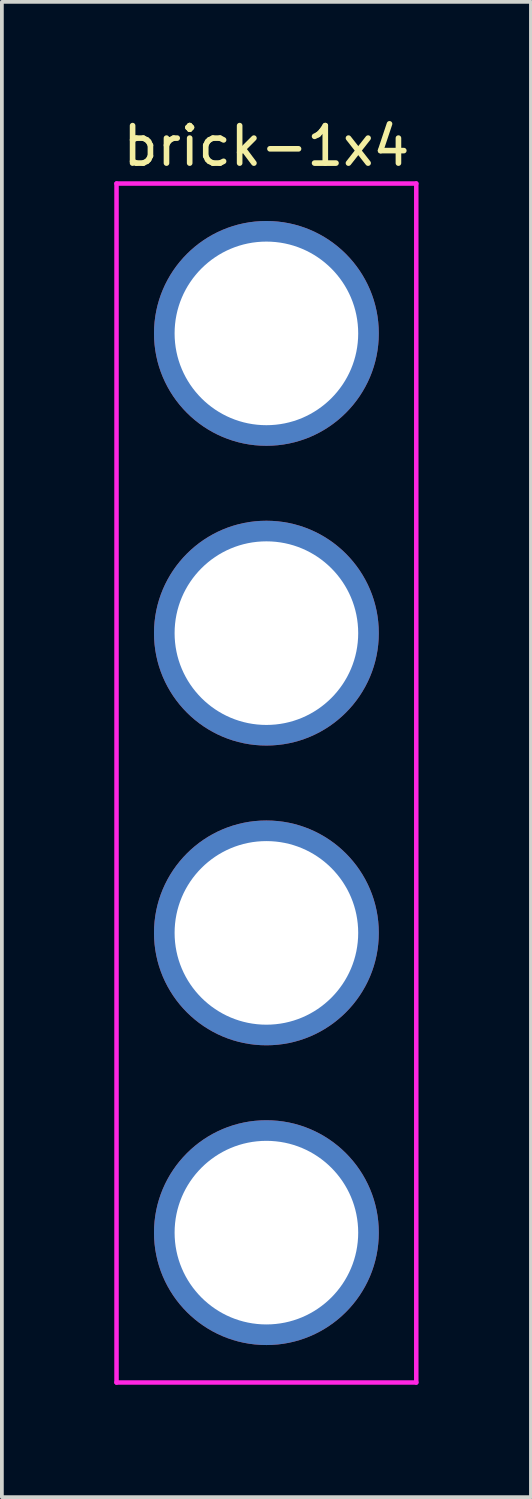
<source format=kicad_pcb>
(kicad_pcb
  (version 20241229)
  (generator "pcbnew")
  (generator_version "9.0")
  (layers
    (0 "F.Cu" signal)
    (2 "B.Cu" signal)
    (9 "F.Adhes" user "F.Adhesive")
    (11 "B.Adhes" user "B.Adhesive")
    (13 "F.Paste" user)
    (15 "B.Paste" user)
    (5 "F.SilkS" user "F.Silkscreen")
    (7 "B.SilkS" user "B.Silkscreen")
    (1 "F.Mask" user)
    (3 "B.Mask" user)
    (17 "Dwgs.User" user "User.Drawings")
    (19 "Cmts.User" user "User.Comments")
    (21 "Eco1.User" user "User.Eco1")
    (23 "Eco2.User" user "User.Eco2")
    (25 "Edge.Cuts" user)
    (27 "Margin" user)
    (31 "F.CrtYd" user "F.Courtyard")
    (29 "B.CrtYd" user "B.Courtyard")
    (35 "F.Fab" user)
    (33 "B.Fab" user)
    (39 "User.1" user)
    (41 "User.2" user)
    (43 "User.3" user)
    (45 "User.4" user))
  (footprint "brick-1x4"
    (layer "F.Cu")
    (at 4.06 5.848)
    (property "Reference" "brick-1x4" (at 0 -5 0) (layer "F.SilkS") (effects (font (size 1 1) (thickness 0.15))))
    (attr through_hole)
    (fp_line (start -4 -4) (end 4 -4) (stroke (width 0.12) (type solid)) (layer "F.CrtYd"))
    (fp_line (start -4 28) (end -4 -4) (stroke (width 0.12) (type solid)) (layer "F.CrtYd"))
    (fp_line (start 4 -4) (end 4 28) (stroke (width 0.12) (type solid)) (layer "F.CrtYd"))
    (fp_line (start 4 28) (end -4 28) (stroke (width 0.12) (type solid)) (layer "F.CrtYd"))
    (pad "1" thru_hole circle (at 0 0) (size 6 6) (drill 4.9) (layers "*.Cu" "*.Mask"))
    (pad "2" thru_hole circle (at 0 8) (size 6 6) (drill 4.9) (layers "*.Cu" "*.Mask"))
    (pad "3" thru_hole circle (at 0 16) (size 6 6) (drill 4.9) (layers "*.Cu" "*.Mask"))
    (pad "4" thru_hole circle (at 0 24) (size 6 6) (drill 4.9) (layers "*.Cu" "*.Mask")))
  (gr_rect
    (start -3 -3)
    (end 11.12 36.908)
    (stroke (width 0.1) (type default))
    (fill no)
    (layer "Edge.Cuts")))
</source>
